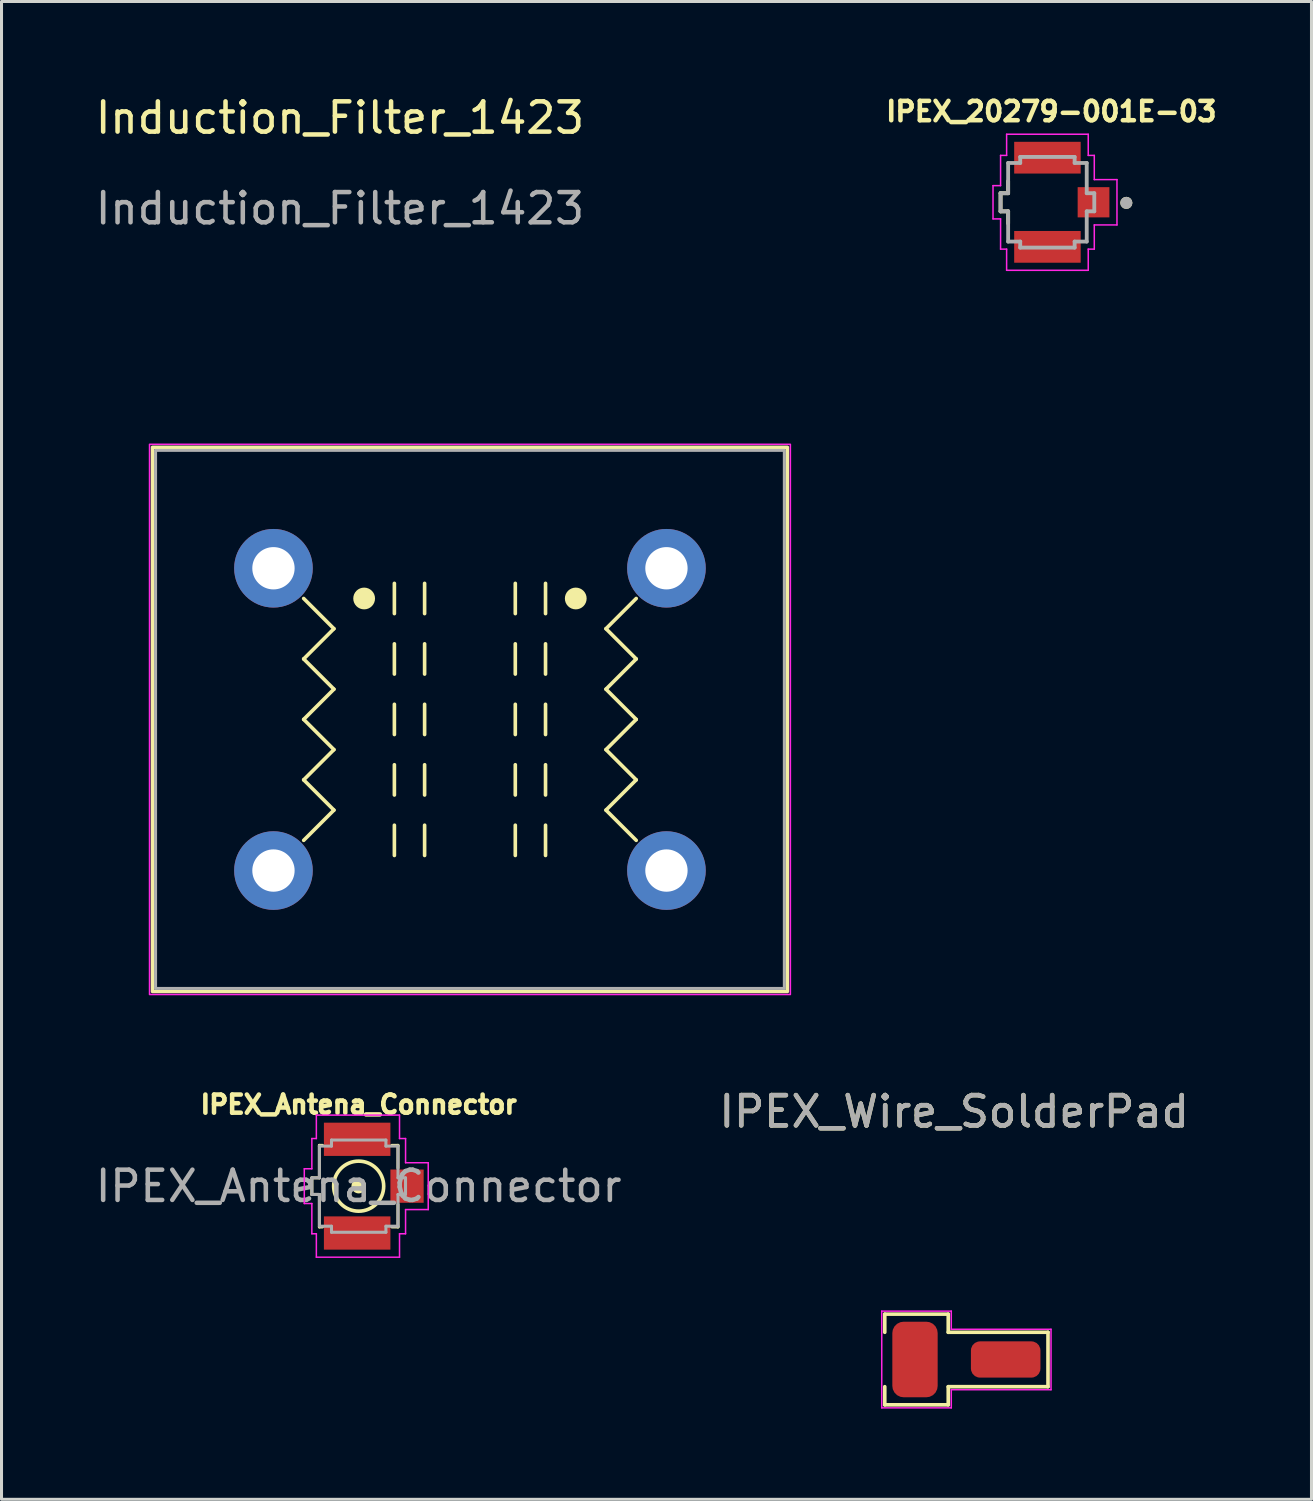
<source format=kicad_pcb>
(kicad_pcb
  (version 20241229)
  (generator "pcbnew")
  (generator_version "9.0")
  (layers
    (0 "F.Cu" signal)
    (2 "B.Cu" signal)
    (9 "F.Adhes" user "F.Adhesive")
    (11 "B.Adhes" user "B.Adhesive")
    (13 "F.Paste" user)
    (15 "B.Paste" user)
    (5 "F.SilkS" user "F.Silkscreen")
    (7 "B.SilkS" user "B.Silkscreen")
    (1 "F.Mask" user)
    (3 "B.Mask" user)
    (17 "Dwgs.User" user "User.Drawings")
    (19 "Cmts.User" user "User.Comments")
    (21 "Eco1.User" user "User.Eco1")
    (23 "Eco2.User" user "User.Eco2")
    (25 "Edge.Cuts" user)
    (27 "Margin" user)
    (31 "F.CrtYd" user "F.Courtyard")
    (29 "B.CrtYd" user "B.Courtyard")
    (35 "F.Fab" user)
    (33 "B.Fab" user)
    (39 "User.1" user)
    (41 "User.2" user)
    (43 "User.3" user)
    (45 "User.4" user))
  (footprint "IPEX_Antena_Connector"
    (layer "F.Cu")
    (at 8.815 36.188)
    (property "Reference" "IPEX_Antena_Connector" (at 0 -2.7 0) (unlocked yes) (layer "F.SilkS") (effects (font (size 0.6 0.6) (thickness 0.15) (bold yes))))
    (attr smd)
    (fp_line (start -1.549 -0.275) (end -1.549 0.275) (stroke (width 0.1) (type default)) (layer "F.SilkS"))
    (fp_line (start -1.549 0.275) (end -1.299 0.275) (stroke (width 0.1) (type default)) (layer "F.SilkS"))
    (fp_line (start -1.299 -1.35) (end -1.2 -1.35) (stroke (width 0.1) (type default)) (layer "F.SilkS"))
    (fp_line (start -1.299 -1.325) (end -1.299 -1.35) (stroke (width 0.1) (type default)) (layer "F.SilkS"))
    (fp_line (start -1.299 -1.325) (end -1.299 -0.275) (stroke (width 0.1) (type default)) (layer "F.SilkS"))
    (fp_line (start -1.299 -0.275) (end -1.549 -0.275) (stroke (width 0.1) (type default)) (layer "F.SilkS"))
    (fp_line (start -1.299 0.275) (end -1.299 1.325) (stroke (width 0.1) (type default)) (layer "F.SilkS"))
    (fp_line (start -1.299 1.325) (end -1.299 1.35) (stroke (width 0.1) (type default)) (layer "F.SilkS"))
    (fp_line (start -1.299 1.35) (end -1.2 1.35) (stroke (width 0.1) (type default)) (layer "F.SilkS"))
    (fp_line (start 1.3 -1.35) (end 1.1 -1.35) (stroke (width 0.1) (type default)) (layer "F.SilkS"))
    (fp_line (start 1.3 -0.6) (end 1.3 -1.35) (stroke (width 0.1) (type default)) (layer "F.SilkS"))
    (fp_line (start 1.3 1.35) (end 1.1 1.35) (stroke (width 0.1) (type default)) (layer "F.SilkS"))
    (fp_line (start 1.3 1.35) (end 1.3 0.6) (stroke (width 0.1) (type default)) (layer "F.SilkS"))
    (fp_circle (center 0 0) (end 0.18 0) (stroke (width 0.12) (type solid)) (fill yes) (layer "F.SilkS"))
    (fp_circle (center 0 0) (end 0.75 0.35) (stroke (width 0.12) (type solid)) (fill no) (layer "F.SilkS"))
    (fp_line (start -1.799 0.575) (end -1.549 0.575) (stroke (width 0.05) (type solid)) (layer "F.CrtYd"))
    (fp_line (start -1.799 -0.575) (end -1.799 0.575) (stroke (width 0.05) (type solid)) (layer "F.CrtYd"))
    (fp_line (start -1.549 -1.575) (end -1.549 -0.575) (stroke (width 0.05) (type solid)) (layer "F.CrtYd"))
    (fp_line (start -1.549 -0.575) (end -1.799 -0.575) (stroke (width 0.05) (type solid)) (layer "F.CrtYd"))
    (fp_line (start -1.549 1.575) (end -1.549 0.575) (stroke (width 0.05) (type solid)) (layer "F.CrtYd"))
    (fp_line (start -1.4 -1.575) (end -1.549 -1.575) (stroke (width 0.05) (type solid)) (layer "F.CrtYd"))
    (fp_line (start -1.4 -1.575) (end -1.4 -2.35) (stroke (width 0.05) (type solid)) (layer "F.CrtYd"))
    (fp_line (start -1.4 1.575) (end -1.549 1.575) (stroke (width 0.05) (type solid)) (layer "F.CrtYd"))
    (fp_line (start -1.4 2.35) (end -1.4 1.575) (stroke (width 0.05) (type solid)) (layer "F.CrtYd"))
    (fp_line (start 1.35 -2.35) (end -1.4 -2.35) (stroke (width 0.05) (type solid)) (layer "F.CrtYd"))
    (fp_line (start 1.351 -1.575) (end 1.551 -1.575) (stroke (width 0.05) (type solid)) (layer "F.CrtYd"))
    (fp_line (start 1.351 -1.575) (end 1.351 -2.35) (stroke (width 0.05) (type solid)) (layer "F.CrtYd"))
    (fp_line (start 1.351 1.575) (end 1.551 1.575) (stroke (width 0.05) (type solid)) (layer "F.CrtYd"))
    (fp_line (start 1.351 2.35) (end -1.4 2.35) (stroke (width 0.05) (type solid)) (layer "F.CrtYd"))
    (fp_line (start 1.351 2.35) (end 1.351 1.575) (stroke (width 0.05) (type solid)) (layer "F.CrtYd"))
    (fp_line (start 1.551 -0.775) (end 1.551 -1.575) (stroke (width 0.05) (type solid)) (layer "F.CrtYd"))
    (fp_line (start 1.551 -0.775) (end 2.301 -0.775) (stroke (width 0.05) (type solid)) (layer "F.CrtYd"))
    (fp_line (start 1.551 0.775) (end 2.301 0.775) (stroke (width 0.05) (type solid)) (layer "F.CrtYd"))
    (fp_line (start 1.551 1.575) (end 1.551 0.775) (stroke (width 0.05) (type solid)) (layer "F.CrtYd"))
    (fp_line (start 2.301 0.775) (end 2.301 -0.775) (stroke (width 0.05) (type solid)) (layer "F.CrtYd"))
    (fp_line (start -1.549 -0.275) (end -1.549 0.275) (stroke (width 0.1) (type default)) (layer "F.Fab"))
    (fp_line (start -1.549 -0.275) (end -1.299 -0.275) (stroke (width 0.1) (type default)) (layer "F.Fab"))
    (fp_line (start -1.549 0.275) (end -1.299 0.275) (stroke (width 0.1) (type default)) (layer "F.Fab"))
    (fp_line (start -1.299 -1.325) (end -1.299 -0.275) (stroke (width 0.1) (type default)) (layer "F.Fab"))
    (fp_line (start -1.299 0.275) (end -1.299 1.292) (stroke (width 0.1) (type default)) (layer "F.Fab"))
    (fp_line (start -0.899 -1.525) (end -0.899 -1.325) (stroke (width 0.1) (type default)) (layer "F.Fab"))
    (fp_line (start -0.899 -1.325) (end -1.299 -1.325) (stroke (width 0.1) (type default)) (layer "F.Fab"))
    (fp_line (start -0.899 1.325) (end -1.299 1.325) (stroke (width 0.1) (type default)) (layer "F.Fab"))
    (fp_line (start -0.899 1.325) (end -0.899 1.525) (stroke (width 0.1) (type default)) (layer "F.Fab"))
    (fp_line (start 0.901 -1.525) (end -0.899 -1.525) (stroke (width 0.1) (type default)) (layer "F.Fab"))
    (fp_line (start 0.901 -1.525) (end 0.901 -1.325) (stroke (width 0.1) (type default)) (layer "F.Fab"))
    (fp_line (start 0.901 1.325) (end 0.901 1.525) (stroke (width 0.1) (type default)) (layer "F.Fab"))
    (fp_line (start 0.901 1.525) (end -0.899 1.525) (stroke (width 0.1) (type default)) (layer "F.Fab"))
    (fp_line (start 1.301 -1.325) (end 0.901 -1.325) (stroke (width 0.1) (type default)) (layer "F.Fab"))
    (fp_line (start 1.301 -1.325) (end 1.301 -0.275) (stroke (width 0.1) (type default)) (layer "F.Fab"))
    (fp_line (start 1.301 -0.275) (end 1.55 -0.275) (stroke (width 0.1) (type default)) (layer "F.Fab"))
    (fp_line (start 1.301 0.275) (end 1.301 1.325) (stroke (width 0.1) (type default)) (layer "F.Fab"))
    (fp_line (start 1.301 0.275) (end 1.55 0.275) (stroke (width 0.1) (type default)) (layer "F.Fab"))
    (fp_line (start 1.301 1.325) (end 0.901 1.325) (stroke (width 0.1) (type default)) (layer "F.Fab"))
    (fp_line (start 1.55 -0.275) (end 1.55 0.275) (stroke (width 0.1) (type default)) (layer "F.Fab"))
    (fp_text user "${REFERENCE}" (at 0 0 0) (unlocked yes) (layer "F.Fab") (effects (font (size 1 1) (thickness 0.15))))
    (pad "1" smd rect (at 1.6 0) (size 1.1 1.1) (layers "F.Cu" "F.Mask" "F.Paste"))
    (pad "2" smd rect (at -0.05 1.55) (size 2.2 1.1) (layers "F.Cu" "F.Mask" "F.Paste"))
    (pad "2" smd rect (at -0.05 -1.55) (size 2.2 1.1) (layers "F.Cu" "F.Mask" "F.Paste"))
    (zone (net_name "") (layers "F.Cu" "B.Cu") (hatch edge 0.5) (connect_pads) (min_thickness 0.25) (filled_areas_thickness no) (keepout (tracks not_allowed) (vias not_allowed) (pads not_allowed) (copperpour not_allowed) (footprints allowed)) (placement (enabled no)) (fill) (polygon (pts (xy 7.715 35.188) (xy 9.815 35.188) (xy 9.815 37.188) (xy 7.715 37.188)))))
  (footprint "Induction_Filter_1423"
    (layer "F.Cu")
    (at 7.996 17.748)
    (property "Reference" "Induction_Filter_1423" (at 0.2 -16.9 0) (unlocked yes) (layer "F.SilkS") (effects (font (size 1 1) (thickness 0.15))))
    (attr through_hole)
    (fp_line (start -1 -1) (end 0 0) (stroke (width 0.12) (type solid)) (layer "F.SilkS"))
    (fp_line (start -1 1) (end 0 2) (stroke (width 0.12) (type solid)) (layer "F.SilkS"))
    (fp_line (start -1 3) (end 0 4) (stroke (width 0.12) (type solid)) (layer "F.SilkS"))
    (fp_line (start -1 5) (end 0 6) (stroke (width 0.12) (type solid)) (layer "F.SilkS"))
    (fp_line (start 0 0) (end -1 1) (stroke (width 0.12) (type solid)) (layer "F.SilkS"))
    (fp_line (start 0 2) (end -1 3) (stroke (width 0.12) (type solid)) (layer "F.SilkS"))
    (fp_line (start 0 4) (end -1 5) (stroke (width 0.12) (type solid)) (layer "F.SilkS"))
    (fp_line (start 0 6) (end -1 7) (stroke (width 0.12) (type solid)) (layer "F.SilkS"))
    (fp_line (start 2 -1.5) (end 2 -0.5) (stroke (width 0.12) (type solid)) (layer "F.SilkS"))
    (fp_line (start 2 0.5) (end 2 1.5) (stroke (width 0.12) (type solid)) (layer "F.SilkS"))
    (fp_line (start 2 2.5) (end 2 3.5) (stroke (width 0.12) (type solid)) (layer "F.SilkS"))
    (fp_line (start 2 4.5) (end 2 5.5) (stroke (width 0.12) (type solid)) (layer "F.SilkS"))
    (fp_line (start 2 6.5) (end 2 7.5) (stroke (width 0.12) (type solid)) (layer "F.SilkS"))
    (fp_line (start 3 -1.5) (end 3 -0.5) (stroke (width 0.12) (type solid)) (layer "F.SilkS"))
    (fp_line (start 3 0.5) (end 3 1.5) (stroke (width 0.12) (type solid)) (layer "F.SilkS"))
    (fp_line (start 3 2.5) (end 3 3.5) (stroke (width 0.12) (type solid)) (layer "F.SilkS"))
    (fp_line (start 3 4.5) (end 3 5.5) (stroke (width 0.12) (type solid)) (layer "F.SilkS"))
    (fp_line (start 3 6.5) (end 3 7.5) (stroke (width 0.12) (type solid)) (layer "F.SilkS"))
    (fp_line (start 6 -1.5) (end 6 -0.5) (stroke (width 0.12) (type solid)) (layer "F.SilkS"))
    (fp_line (start 6 0.5) (end 6 1.5) (stroke (width 0.12) (type solid)) (layer "F.SilkS"))
    (fp_line (start 6 2.5) (end 6 3.5) (stroke (width 0.12) (type solid)) (layer "F.SilkS"))
    (fp_line (start 6 4.5) (end 6 5.5) (stroke (width 0.12) (type solid)) (layer "F.SilkS"))
    (fp_line (start 6 6.5) (end 6 7.5) (stroke (width 0.12) (type solid)) (layer "F.SilkS"))
    (fp_line (start 7 -1.5) (end 7 -0.5) (stroke (width 0.12) (type solid)) (layer "F.SilkS"))
    (fp_line (start 7 0.5) (end 7 1.5) (stroke (width 0.12) (type solid)) (layer "F.SilkS"))
    (fp_line (start 7 2.5) (end 7 3.5) (stroke (width 0.12) (type solid)) (layer "F.SilkS"))
    (fp_line (start 7 4.5) (end 7 5.5) (stroke (width 0.12) (type solid)) (layer "F.SilkS"))
    (fp_line (start 7 6.5) (end 7 7.5) (stroke (width 0.12) (type solid)) (layer "F.SilkS"))
    (fp_line (start 9 0) (end 10 1) (stroke (width 0.12) (type solid)) (layer "F.SilkS"))
    (fp_line (start 9 2) (end 10 3) (stroke (width 0.12) (type solid)) (layer "F.SilkS"))
    (fp_line (start 9 4) (end 10 5) (stroke (width 0.12) (type solid)) (layer "F.SilkS"))
    (fp_line (start 9 6) (end 10 7) (stroke (width 0.12) (type solid)) (layer "F.SilkS"))
    (fp_line (start 10 -1) (end 9 0) (stroke (width 0.12) (type solid)) (layer "F.SilkS"))
    (fp_line (start 10 1) (end 9 2) (stroke (width 0.12) (type solid)) (layer "F.SilkS"))
    (fp_line (start 10 3) (end 9 4) (stroke (width 0.12) (type solid)) (layer "F.SilkS"))
    (fp_line (start 10 5) (end 9 6) (stroke (width 0.12) (type solid)) (layer "F.SilkS"))
    (fp_rect (start -6 -6) (end 15 12) (stroke (width 0.12) (type solid)) (fill no) (layer "F.SilkS"))
    (fp_circle (center 1 -1) (end 1.3 -1) (stroke (width 0.12) (type solid)) (fill yes) (layer "F.SilkS"))
    (fp_circle (center 8 -1) (end 8.3 -1) (stroke (width 0.12) (type solid)) (fill yes) (layer "F.SilkS"))
    (fp_rect (start -6.1 -6.1) (end 15.1 12.1) (stroke (width 0.05) (type solid)) (fill no) (layer "F.CrtYd"))
    (fp_rect (start 14.9 11.9) (end -5.9 -5.9) (stroke (width 0.1) (type solid)) (fill no) (layer "F.Fab"))
    (fp_text user "${REFERENCE}" (at 0.2 -13.9 0) (unlocked yes) (layer "F.Fab") (effects (font (size 1 1) (thickness 0.15))))
    (pad "1" thru_hole circle (at -2 -2) (size 2.6 2.6) (drill 1.4) (layers "*.Cu" "*.Mask"))
    (pad "2" thru_hole circle (at -2 8) (size 2.6 2.6) (drill 1.4) (layers "*.Cu" "*.Mask"))
    (pad "3" thru_hole circle (at 11 8) (size 2.6 2.6) (drill 1.4) (layers "*.Cu" "*.Mask"))
    (pad "4" thru_hole circle (at 11 -2) (size 2.6 2.6) (drill 1.4) (layers "*.Cu" "*.Mask")))
  (footprint "IPEX_20279-001E-03"
    (layer "F.Cu")
    (at 31.599 3.641)
    (property "Reference" "IPEX_20279-001E-03" (at 0.129 -3.003 0) (layer "F.SilkS") (effects (font (size 0.641 0.641) (thickness 0.15))))
    (attr through_hole)
    (fp_line (start -1.55 -0.3) (end -1.55 0.3) (stroke (width 0.127) (type solid)) (layer "F.SilkS"))
    (fp_line (start -1.55 0.3) (end -1.3 0.3) (stroke (width 0.127) (type solid)) (layer "F.SilkS"))
    (fp_line (start -1.3 -0.7) (end -1.3 -0.3) (stroke (width 0.127) (type solid)) (layer "F.SilkS"))
    (fp_line (start -1.3 -0.3) (end -1.55 -0.3) (stroke (width 0.127) (type solid)) (layer "F.SilkS"))
    (fp_line (start -1.3 0.3) (end -1.3 0.7) (stroke (width 0.127) (type solid)) (layer "F.SilkS"))
    (fp_circle (center 2.61 0.02) (end 2.71 0.02) (stroke (width 0.2) (type solid)) (fill no) (layer "F.SilkS"))
    (fp_line (start -1.8 -0.55) (end -1.8 0.55) (stroke (width 0.05) (type solid)) (layer "F.CrtYd"))
    (fp_line (start -1.8 0.55) (end -1.55 0.55) (stroke (width 0.05) (type solid)) (layer "F.CrtYd"))
    (fp_line (start -1.55 -1.55) (end -1.55 -0.55) (stroke (width 0.05) (type solid)) (layer "F.CrtYd"))
    (fp_line (start -1.55 -0.55) (end -1.8 -0.55) (stroke (width 0.05) (type solid)) (layer "F.CrtYd"))
    (fp_line (start -1.55 1.55) (end -1.55 0.55) (stroke (width 0.05) (type solid)) (layer "F.CrtYd"))
    (fp_line (start -1.35 -1.55) (end -1.55 -1.55) (stroke (width 0.05) (type solid)) (layer "F.CrtYd"))
    (fp_line (start -1.35 -1.55) (end -1.35 -2.25) (stroke (width 0.05) (type solid)) (layer "F.CrtYd"))
    (fp_line (start -1.35 1.55) (end -1.55 1.55) (stroke (width 0.05) (type solid)) (layer "F.CrtYd"))
    (fp_line (start -1.35 2.25) (end -1.35 1.55) (stroke (width 0.05) (type solid)) (layer "F.CrtYd"))
    (fp_line (start 1.35 -2.25) (end -1.35 -2.25) (stroke (width 0.05) (type solid)) (layer "F.CrtYd"))
    (fp_line (start 1.35 -2.25) (end 1.35 -1.55) (stroke (width 0.05) (type solid)) (layer "F.CrtYd"))
    (fp_line (start 1.35 -1.55) (end 1.55 -1.55) (stroke (width 0.05) (type solid)) (layer "F.CrtYd"))
    (fp_line (start 1.35 1.55) (end 1.35 2.25) (stroke (width 0.05) (type solid)) (layer "F.CrtYd"))
    (fp_line (start 1.35 1.55) (end 1.55 1.55) (stroke (width 0.05) (type solid)) (layer "F.CrtYd"))
    (fp_line (start 1.35 2.25) (end -1.35 2.25) (stroke (width 0.05) (type solid)) (layer "F.CrtYd"))
    (fp_line (start 1.55 -1.55) (end 1.55 -0.75) (stroke (width 0.05) (type solid)) (layer "F.CrtYd"))
    (fp_line (start 1.55 0.75) (end 2.3 0.75) (stroke (width 0.05) (type solid)) (layer "F.CrtYd"))
    (fp_line (start 1.55 1.55) (end 1.55 0.75) (stroke (width 0.05) (type solid)) (layer "F.CrtYd"))
    (fp_line (start 2.3 -0.75) (end 1.55 -0.75) (stroke (width 0.05) (type solid)) (layer "F.CrtYd"))
    (fp_line (start 2.3 0.75) (end 2.3 -0.75) (stroke (width 0.05) (type solid)) (layer "F.CrtYd"))
    (fp_line (start -1.55 -0.3) (end -1.55 0.3) (stroke (width 0.127) (type solid)) (layer "F.Fab"))
    (fp_line (start -1.55 0.3) (end -1.3 0.3) (stroke (width 0.127) (type solid)) (layer "F.Fab"))
    (fp_line (start -1.3 -1.3) (end -1.3 -0.3) (stroke (width 0.127) (type solid)) (layer "F.Fab"))
    (fp_line (start -1.3 -0.3) (end -1.55 -0.3) (stroke (width 0.127) (type solid)) (layer "F.Fab"))
    (fp_line (start -1.3 0.3) (end -1.3 1.3) (stroke (width 0.127) (type solid)) (layer "F.Fab"))
    (fp_line (start -1.3 1.3) (end -0.9 1.3) (stroke (width 0.127) (type solid)) (layer "F.Fab"))
    (fp_line (start -0.9 -1.5) (end -0.9 -1.3) (stroke (width 0.127) (type solid)) (layer "F.Fab"))
    (fp_line (start -0.9 -1.3) (end -1.3 -1.3) (stroke (width 0.127) (type solid)) (layer "F.Fab"))
    (fp_line (start -0.9 1.3) (end -0.9 1.5) (stroke (width 0.127) (type solid)) (layer "F.Fab"))
    (fp_line (start -0.9 1.5) (end 0.9 1.5) (stroke (width 0.127) (type solid)) (layer "F.Fab"))
    (fp_line (start 0.9 -1.5) (end -0.9 -1.5) (stroke (width 0.127) (type solid)) (layer "F.Fab"))
    (fp_line (start 0.9 -1.3) (end 0.9 -1.5) (stroke (width 0.127) (type solid)) (layer "F.Fab"))
    (fp_line (start 0.9 1.3) (end 1.3 1.3) (stroke (width 0.127) (type solid)) (layer "F.Fab"))
    (fp_line (start 0.9 1.5) (end 0.9 1.3) (stroke (width 0.127) (type solid)) (layer "F.Fab"))
    (fp_line (start 1.3 -1.3) (end 0.9 -1.3) (stroke (width 0.127) (type solid)) (layer "F.Fab"))
    (fp_line (start 1.3 -0.3) (end 1.3 -1.3) (stroke (width 0.127) (type solid)) (layer "F.Fab"))
    (fp_line (start 1.3 0.3) (end 1.55 0.3) (stroke (width 0.127) (type solid)) (layer "F.Fab"))
    (fp_line (start 1.3 1.3) (end 1.3 0.3) (stroke (width 0.127) (type solid)) (layer "F.Fab"))
    (fp_line (start 1.55 -0.3) (end 1.3 -0.3) (stroke (width 0.127) (type solid)) (layer "F.Fab"))
    (fp_line (start 1.55 0.3) (end 1.55 -0.3) (stroke (width 0.127) (type solid)) (layer "F.Fab"))
    (fp_circle (center 2.61 0.02) (end 2.71 0.02) (stroke (width 0.2) (type solid)) (fill no) (layer "F.Fab"))
    (pad "1" smd rect (at 1.525 0) (size 1.05 1) (layers "F.Cu" "F.Mask" "F.Paste"))
    (pad "2" smd rect (at 0 -1.475) (size 2.2 1.05) (layers "F.Cu" "F.Mask" "F.Paste"))
    (pad "3" smd rect (at 0 1.475) (size 2.2 1.05) (layers "F.Cu" "F.Mask" "F.Paste"))
    (zone (net_name "") (layer "F.Cu") (hatch full 0.508) (connect_pads) (min_thickness 0.01) (filled_areas_thickness no) (keepout (tracks not_allowed) (vias not_allowed) (pads not_allowed) (copperpour not_allowed) (footprints allowed)) (placement (enabled no)) (fill) (polygon (pts (xy 30.499 2.691) (xy 32.599 2.691) (xy 32.599 4.591) (xy 30.499 4.591))))
    (zone (net_name "") (layers "F.Cu" "B.Cu") (hatch full 0.508) (connect_pads) (min_thickness 0.01) (filled_areas_thickness no) (keepout (tracks allowed) (vias not_allowed) (pads allowed) (copperpour allowed) (footprints allowed)) (placement (enabled no)) (fill) (polygon (pts (xy 30.499 2.691) (xy 32.599 2.691) (xy 32.599 4.591) (xy 30.499 4.591)))))
  (footprint "IPEX_Wire_SolderPad"
    (layer "F.Cu")
    (at 28.518 41.922)
    (property "Reference" "IPEX_Wire_SolderPad" (at 0 -8.2 0) (unlocked yes) (layer "F.SilkS") (effects (font (size 1 1) (thickness 0.15))))
    (attr smd)
    (fp_line (start -2.3 -1.5) (end -2.3 -0.9) (stroke (width 0.12) (type solid)) (layer "F.SilkS"))
    (fp_line (start -2.3 1.5) (end -2.3 0.9) (stroke (width 0.12) (type solid)) (layer "F.SilkS"))
    (fp_line (start -0.2 -1.5) (end -2.3 -1.5) (stroke (width 0.12) (type solid)) (layer "F.SilkS"))
    (fp_line (start -0.2 -0.9) (end -0.2 -1.5) (stroke (width 0.12) (type solid)) (layer "F.SilkS"))
    (fp_line (start -0.2 -0.9) (end 3.1 -0.9) (stroke (width 0.12) (type solid)) (layer "F.SilkS"))
    (fp_line (start -0.2 0.9) (end -0.2 1.5) (stroke (width 0.12) (type solid)) (layer "F.SilkS"))
    (fp_line (start -0.2 1.5) (end -2.3 1.5) (stroke (width 0.12) (type solid)) (layer "F.SilkS"))
    (fp_line (start 3.1 -0.9) (end 3.1 0.9) (stroke (width 0.12) (type solid)) (layer "F.SilkS"))
    (fp_line (start 3.1 0.9) (end -0.2 0.9) (stroke (width 0.12) (type solid)) (layer "F.SilkS"))
    (fp_line (start -2.4 -1.6) (end -0.1 -1.6) (stroke (width 0.05) (type solid)) (layer "F.CrtYd"))
    (fp_line (start -2.4 1.6) (end -2.4 -1.6) (stroke (width 0.05) (type solid)) (layer "F.CrtYd"))
    (fp_line (start -0.1 -1.6) (end -0.1 -1) (stroke (width 0.05) (type solid)) (layer "F.CrtYd"))
    (fp_line (start -0.1 -1) (end 3.2 -1) (stroke (width 0.05) (type solid)) (layer "F.CrtYd"))
    (fp_line (start -0.1 1) (end -0.1 1.6) (stroke (width 0.05) (type solid)) (layer "F.CrtYd"))
    (fp_line (start -0.1 1.6) (end -2.4 1.6) (stroke (width 0.05) (type solid)) (layer "F.CrtYd"))
    (fp_line (start 3.2 -1) (end 3.2 1) (stroke (width 0.05) (type solid)) (layer "F.CrtYd"))
    (fp_line (start 3.2 1) (end -0.1 1) (stroke (width 0.05) (type solid)) (layer "F.CrtYd"))
    (fp_text user "${REFERENCE}" (at 0 -8.2 0) (unlocked yes) (layer "F.Fab") (effects (font (size 1 1) (thickness 0.15))))
    (pad "1" smd roundrect (at 1.7 0 180) (size 2.3 1.2) (layers "F.Cu" "F.Mask" "F.Paste") (roundrect_rratio 0.25))
    (pad "2" smd roundrect (at -1.3 0 90) (size 2.5 1.5) (layers "F.Cu" "F.Mask" "F.Paste") (roundrect_rratio 0.25)))
  (gr_rect
    (start -3 -3)
    (end 40.334 46.547)
    (stroke (width 0.1) (type default))
    (fill no)
    (layer "Edge.Cuts")))
</source>
